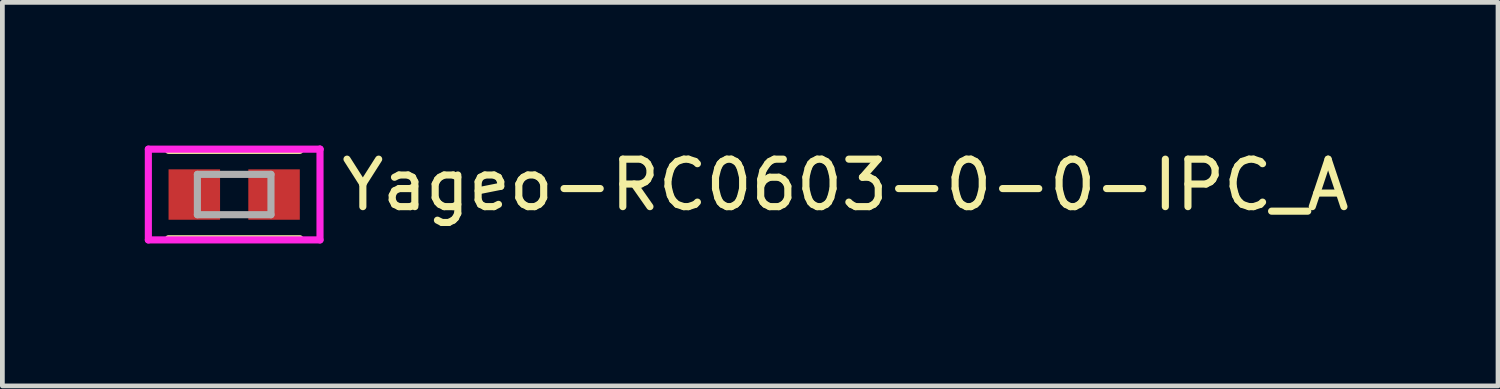
<source format=kicad_pcb>
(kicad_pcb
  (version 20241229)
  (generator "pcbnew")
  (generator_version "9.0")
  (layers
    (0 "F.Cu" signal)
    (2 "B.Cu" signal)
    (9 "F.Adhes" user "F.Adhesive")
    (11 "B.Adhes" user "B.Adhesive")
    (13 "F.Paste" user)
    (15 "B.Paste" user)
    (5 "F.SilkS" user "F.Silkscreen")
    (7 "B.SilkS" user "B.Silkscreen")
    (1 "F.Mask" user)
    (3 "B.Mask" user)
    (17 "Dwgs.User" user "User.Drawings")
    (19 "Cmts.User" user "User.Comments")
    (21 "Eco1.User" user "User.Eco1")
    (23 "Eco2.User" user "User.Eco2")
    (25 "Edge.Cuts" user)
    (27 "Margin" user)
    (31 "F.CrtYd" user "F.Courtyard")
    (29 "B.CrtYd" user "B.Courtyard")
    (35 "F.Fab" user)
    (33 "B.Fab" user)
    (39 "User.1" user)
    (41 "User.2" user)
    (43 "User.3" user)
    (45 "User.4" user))
  (footprint "Yageo-RC0603-0-0-IPC_A"
    (layer "F.Cu")
    (at 1.883 1.048)
    (property "Reference" "Yageo-RC0603-0-0-IPC_A" (at 2.183 -0.2 0) (layer "F.SilkS") (effects (font (size 1 1) (thickness 0.15)) (justify left)))
    (attr through_hole)
    (fp_line (start -1.383 -0.931) (end 1.383 -0.931) (stroke (width 0.15) (type solid)) (layer "F.SilkS"))
    (fp_line (start -1.383 0.931) (end 1.383 0.931) (stroke (width 0.15) (type solid)) (layer "F.SilkS"))
    (fp_line (start -1.808 -0.956) (end -1.808 0.956) (stroke (width 0.15) (type solid)) (layer "F.CrtYd"))
    (fp_line (start -1.808 0.956) (end 1.808 0.956) (stroke (width 0.15) (type solid)) (layer "F.CrtYd"))
    (fp_line (start 1.808 -0.956) (end -1.808 -0.956) (stroke (width 0.15) (type solid)) (layer "F.CrtYd"))
    (fp_line (start 1.808 -0.956) (end 1.808 -0.956) (stroke (width 0.15) (type solid)) (layer "F.CrtYd"))
    (fp_line (start 1.808 0.956) (end 1.808 -0.956) (stroke (width 0.15) (type solid)) (layer "F.CrtYd"))
    (fp_line (start -0.775 -0.425) (end 0.775 -0.425) (stroke (width 0.15) (type solid)) (layer "F.Fab"))
    (fp_line (start -0.775 0.425) (end -0.775 -0.425) (stroke (width 0.15) (type solid)) (layer "F.Fab"))
    (fp_line (start 0.775 -0.425) (end 0.775 0.425) (stroke (width 0.15) (type solid)) (layer "F.Fab"))
    (fp_line (start 0.775 0.425) (end -0.775 0.425) (stroke (width 0.15) (type solid)) (layer "F.Fab"))
    (pad "1" smd rect (at -0.84 0) (size 1.085 1.062) (layers "F.Cu" "F.Mask" "F.Paste"))
    (pad "2" smd rect (at 0.84 0) (size 1.085 1.062) (layers "F.Cu" "F.Mask" "F.Paste")))
  (gr_rect
    (start -3 -3)
    (end 28.506 5.079)
    (stroke (width 0.1) (type default))
    (fill no)
    (layer "Edge.Cuts")))
</source>
